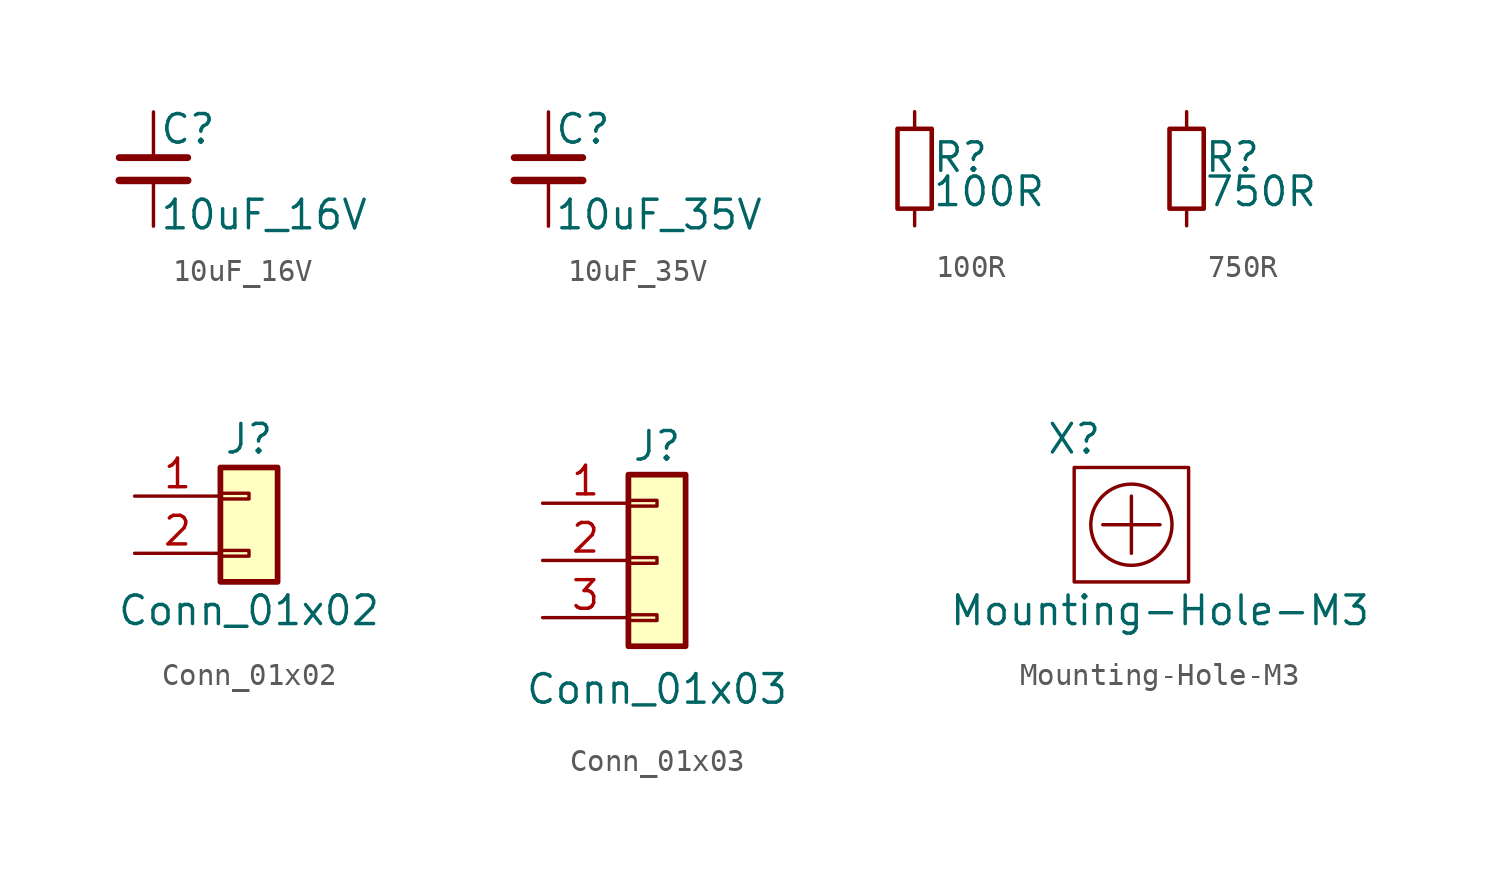
<source format=kicad_sym>
(kicad_symbol_lib
  (version 20220914)
  (generator kicad_symbol_editor)
  (symbol "10uF_16V"
    (pin_numbers hide)
    (pin_names
      (offset 0.254) hide)
    (property "Reference" "C"
      (at 0.254 1.778 0)
      (effects (font (size 1.27 1.27)) (justify left)))
    (property "Value" "10uF_16V"
      (at 0.254 -2.032 0)
      (effects (font (size 1.27 1.27)) (justify left)))
    (symbol "10uF_16V_0_1"
      (polyline (pts (xy -1.524 -0.508) (xy 1.524 -0.508)) (stroke (width 0.33) (type default)) (fill (type none)))
      (polyline (pts (xy -1.524 0.508) (xy 1.524 0.508)) (stroke (width 0.305) (type default)) (fill (type none))))
    (symbol "10uF_16V_1_1"
      (pin passive line (at 0 2.54 270) (length 2.032) (name "~" (effects (font (size 1.27 1.27)))) (number "1" (effects (font (size 1.27 1.27)))))
      (pin passive line (at 0 -2.54 90) (length 2.032) (name "~" (effects (font (size 1.27 1.27)))) (number "2" (effects (font (size 1.27 1.27)))))))
  (symbol "10uF_35V"
    (pin_numbers hide)
    (pin_names
      (offset 0.254) hide)
    (property "Reference" "C"
      (at 0.254 1.778 0)
      (effects (font (size 1.27 1.27)) (justify left)))
    (property "Value" "10uF_35V"
      (at 0.254 -2.032 0)
      (effects (font (size 1.27 1.27)) (justify left)))
    (symbol "10uF_35V_0_1"
      (polyline (pts (xy -1.524 -0.508) (xy 1.524 -0.508)) (stroke (width 0.33) (type default)) (fill (type none)))
      (polyline (pts (xy -1.524 0.508) (xy 1.524 0.508)) (stroke (width 0.305) (type default)) (fill (type none))))
    (symbol "10uF_35V_1_1"
      (pin passive line (at 0 2.54 270) (length 2.032) (name "~" (effects (font (size 1.27 1.27)))) (number "1" (effects (font (size 1.27 1.27)))))
      (pin passive line (at 0 -2.54 90) (length 2.032) (name "~" (effects (font (size 1.27 1.27)))) (number "2" (effects (font (size 1.27 1.27)))))))
  (symbol "100R"
    (pin_numbers hide)
    (pin_names
      (offset 0.254) hide)
    (property "Reference" "R"
      (at 0.762 0.508 0)
      (effects (font (size 1.27 1.27)) (justify left)))
    (property "Value" "100R"
      (at 0.762 -1.016 0)
      (effects (font (size 1.27 1.27)) (justify left)))
    (symbol "100R_0_1"
      (rectangle (start -0.762 1.778) (end 0.762 -1.778) (stroke (width 0.203) (type default)) (fill (type none))))
    (symbol "100R_1_1"
      (pin passive line (at 0 2.54 270) (length 0.762) (name "~" (effects (font (size 1.27 1.27)))) (number "1" (effects (font (size 1.27 1.27)))))
      (pin passive line (at 0 -2.54 90) (length 0.762) (name "~" (effects (font (size 1.27 1.27)))) (number "2" (effects (font (size 1.27 1.27)))))))
  (symbol "750R"
    (pin_numbers hide)
    (pin_names
      (offset 0.254) hide)
    (property "Reference" "R"
      (at 0.762 0.508 0)
      (effects (font (size 1.27 1.27)) (justify left)))
    (property "Value" "750R"
      (at 0.762 -1.016 0)
      (effects (font (size 1.27 1.27)) (justify left)))
    (symbol "750R_0_1"
      (rectangle (start -0.762 1.778) (end 0.762 -1.778) (stroke (width 0.203) (type default)) (fill (type none))))
    (symbol "750R_1_1"
      (pin passive line (at 0 2.54 270) (length 0.762) (name "~" (effects (font (size 1.27 1.27)))) (number "1" (effects (font (size 1.27 1.27)))))
      (pin passive line (at 0 -2.54 90) (length 0.762) (name "~" (effects (font (size 1.27 1.27)))) (number "2" (effects (font (size 1.27 1.27)))))))
  (symbol "Conn_01x02"
    (pin_names
      (offset 1.016) hide)
    (property "Reference" "J"
      (at 0 3.81 0)
      (effects (font (size 1.27 1.27))))
    (property "Value" "Conn_01x02"
      (at 0 -3.81 0)
      (effects (font (size 1.27 1.27))))
    (symbol "Conn_01x02_1_1"
      (rectangle (start -1.27 -1.143) (end 0 -1.397) (stroke (width 0.152) (type default)) (fill (type none)))
      (rectangle (start -1.27 1.397) (end 0 1.143) (stroke (width 0.152) (type default)) (fill (type none)))
      (rectangle (start -1.27 2.54) (end 1.27 -2.54) (stroke (width 0.254) (type default)) (fill (type background)))
      (pin passive line (at -5.08 1.27 0) (length 3.81) (name "Pin_1" (effects (font (size 1.27 1.27)))) (number "1" (effects (font (size 1.27 1.27)))))
      (pin passive line (at -5.08 -1.27 0) (length 3.81) (name "Pin_2" (effects (font (size 1.27 1.27)))) (number "2" (effects (font (size 1.27 1.27)))))))
  (symbol "Conn_01x03"
    (pin_names
      (offset 1.016) hide)
    (property "Reference" "J"
      (at 0 5.08 0)
      (effects (font (size 1.27 1.27))))
    (property "Value" "Conn_01x03"
      (at 0 -5.715 0)
      (effects (font (size 1.27 1.27))))
    (symbol "Conn_01x03_1_1"
      (rectangle (start -1.27 -2.413) (end 0 -2.667) (stroke (width 0.152) (type default)) (fill (type none)))
      (rectangle (start -1.27 0.127) (end 0 -0.127) (stroke (width 0.152) (type default)) (fill (type none)))
      (rectangle (start -1.27 2.667) (end 0 2.413) (stroke (width 0.152) (type default)) (fill (type none)))
      (rectangle (start -1.27 3.81) (end 1.27 -3.81) (stroke (width 0.254) (type default)) (fill (type background)))
      (pin passive line (at -5.08 2.54 0) (length 3.81) (name "Pin_1" (effects (font (size 1.27 1.27)))) (number "1" (effects (font (size 1.27 1.27)))))
      (pin passive line (at -5.08 0 0) (length 3.81) (name "Pin_2" (effects (font (size 1.27 1.27)))) (number "2" (effects (font (size 1.27 1.27)))))
      (pin passive line (at -5.08 -2.54 0) (length 3.81) (name "Pin_3" (effects (font (size 1.27 1.27)))) (number "3" (effects (font (size 1.27 1.27)))))))
  (symbol "Mounting-Hole-M3"
    (pin_names
      (offset 1.016))
    (property "Reference" "X"
      (at -2.54 3.81 0)
      (effects (font (size 1.27 1.27))))
    (property "Value" "Mounting-Hole-M3"
      (at 1.27 -3.81 0)
      (effects (font (size 1.27 1.27))))
    (symbol "Mounting-Hole-M3_0_1"
      (rectangle (start -2.54 2.54) (end 2.54 -2.54) (stroke (width 0) (type default)) (fill (type none)))
      (polyline (pts (xy -1.27 0) (xy 1.27 0)) (stroke (width 0) (type default)) (fill (type none)))
      (polyline (pts (xy 0 -1.27) (xy 0 1.27)) (stroke (width 0) (type default)) (fill (type none)))
      (circle (center 0 0) (radius 1.803) (stroke (width 0) (type default)) (fill (type none))))))
</source>
